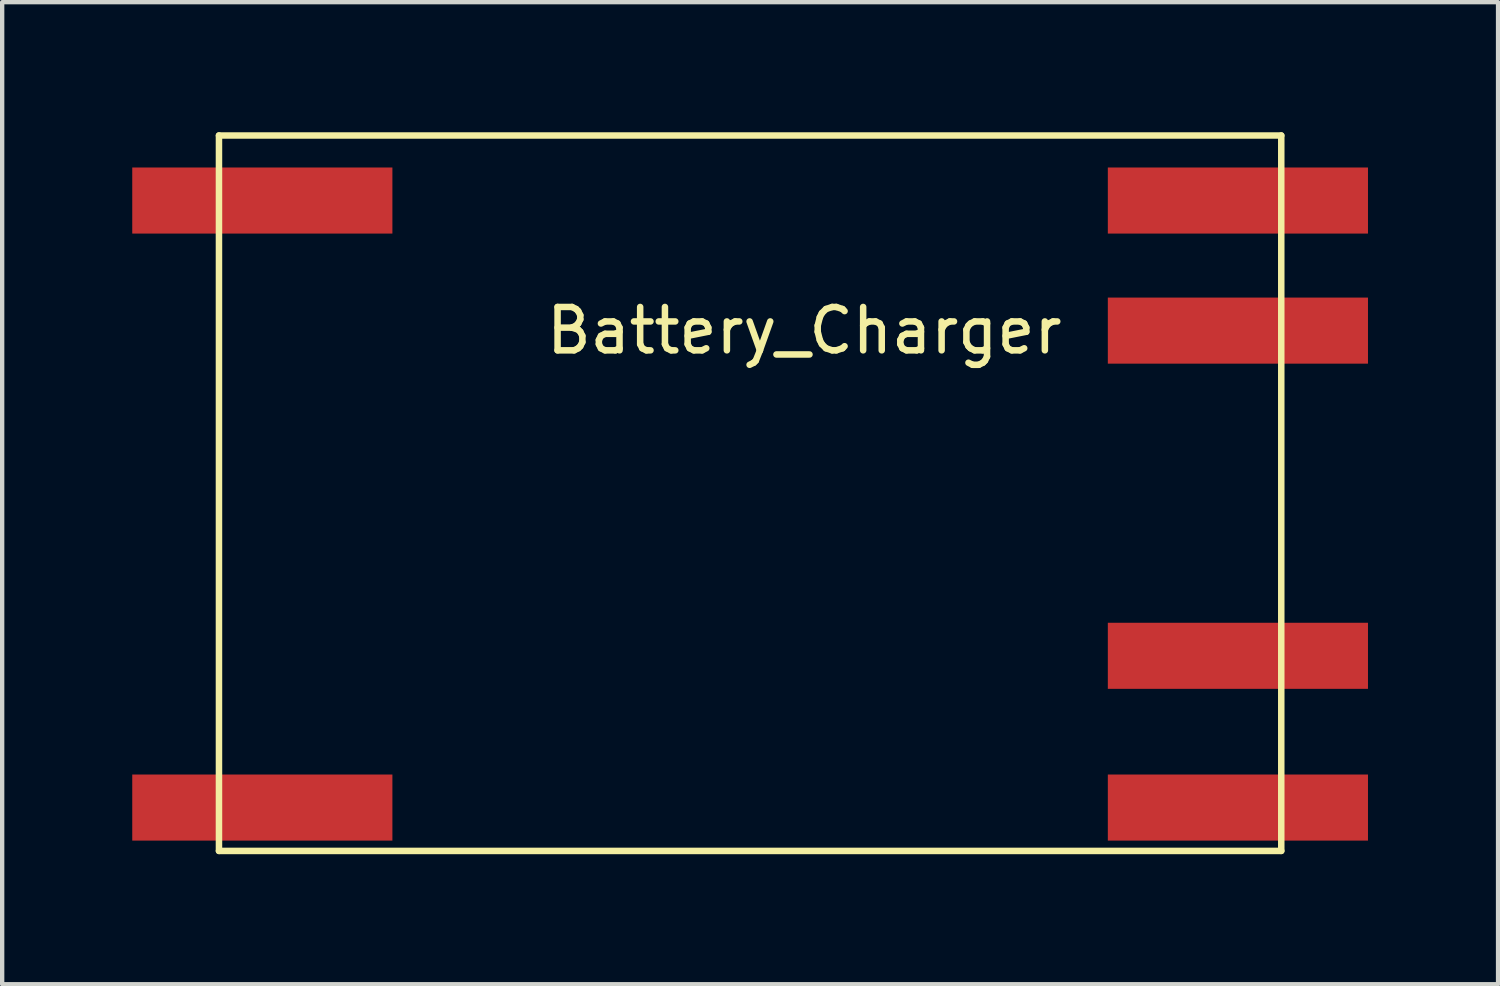
<source format=kicad_pcb>
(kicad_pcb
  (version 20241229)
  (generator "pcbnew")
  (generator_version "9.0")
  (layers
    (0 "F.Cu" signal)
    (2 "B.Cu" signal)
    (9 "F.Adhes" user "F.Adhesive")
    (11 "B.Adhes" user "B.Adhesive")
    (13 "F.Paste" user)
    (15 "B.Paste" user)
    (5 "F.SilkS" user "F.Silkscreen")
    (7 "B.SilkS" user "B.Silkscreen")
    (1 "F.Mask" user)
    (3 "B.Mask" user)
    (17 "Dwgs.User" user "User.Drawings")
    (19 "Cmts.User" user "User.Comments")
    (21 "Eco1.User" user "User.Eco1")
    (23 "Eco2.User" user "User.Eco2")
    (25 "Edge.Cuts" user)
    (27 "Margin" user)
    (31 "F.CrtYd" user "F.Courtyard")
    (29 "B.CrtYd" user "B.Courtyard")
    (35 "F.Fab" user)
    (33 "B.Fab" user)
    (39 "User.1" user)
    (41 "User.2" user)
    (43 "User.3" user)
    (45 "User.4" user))
  (footprint "Battery_Charger"
    (layer "F.Cu")
    (at 15.5 9.075)
    (property "Reference" "Battery_Charger" (at 0 -4.5 0) (layer "F.SilkS") (effects (font (size 1 1) (thickness 0.15))))
    (attr through_hole)
    (fp_line (start -13.5 -9) (end 11 -9) (stroke (width 0.15) (type solid)) (layer "F.SilkS"))
    (fp_line (start -13.5 7.5) (end -13.5 -9) (stroke (width 0.15) (type solid)) (layer "F.SilkS"))
    (fp_line (start 11 -9) (end 11 7.5) (stroke (width 0.15) (type solid)) (layer "F.SilkS"))
    (fp_line (start 11 7.5) (end -13.5 7.5) (stroke (width 0.15) (type solid)) (layer "F.SilkS"))
    (pad "1" smd rect (at -12.5 6.5) (size 6 1.524) (layers "F.Cu" "F.Mask" "F.Paste"))
    (pad "2" smd rect (at -12.5 -7.5) (size 6 1.524) (layers "F.Cu" "F.Mask" "F.Paste"))
    (pad "3" smd rect (at 10 -7.5) (size 6 1.524) (layers "F.Cu" "F.Mask" "F.Paste"))
    (pad "4" smd rect (at 10 -4.5) (size 6 1.524) (layers "F.Cu" "F.Mask" "F.Paste"))
    (pad "5" smd rect (at 10 3) (size 6 1.524) (layers "F.Cu" "F.Mask" "F.Paste"))
    (pad "6" smd rect (at 10 6.5) (size 6 1.524) (layers "F.Cu" "F.Mask" "F.Paste")))
  (gr_rect
    (start -3 -3)
    (end 31.5 19.65)
    (stroke (width 0.1) (type default))
    (fill no)
    (layer "Edge.Cuts")))
</source>
